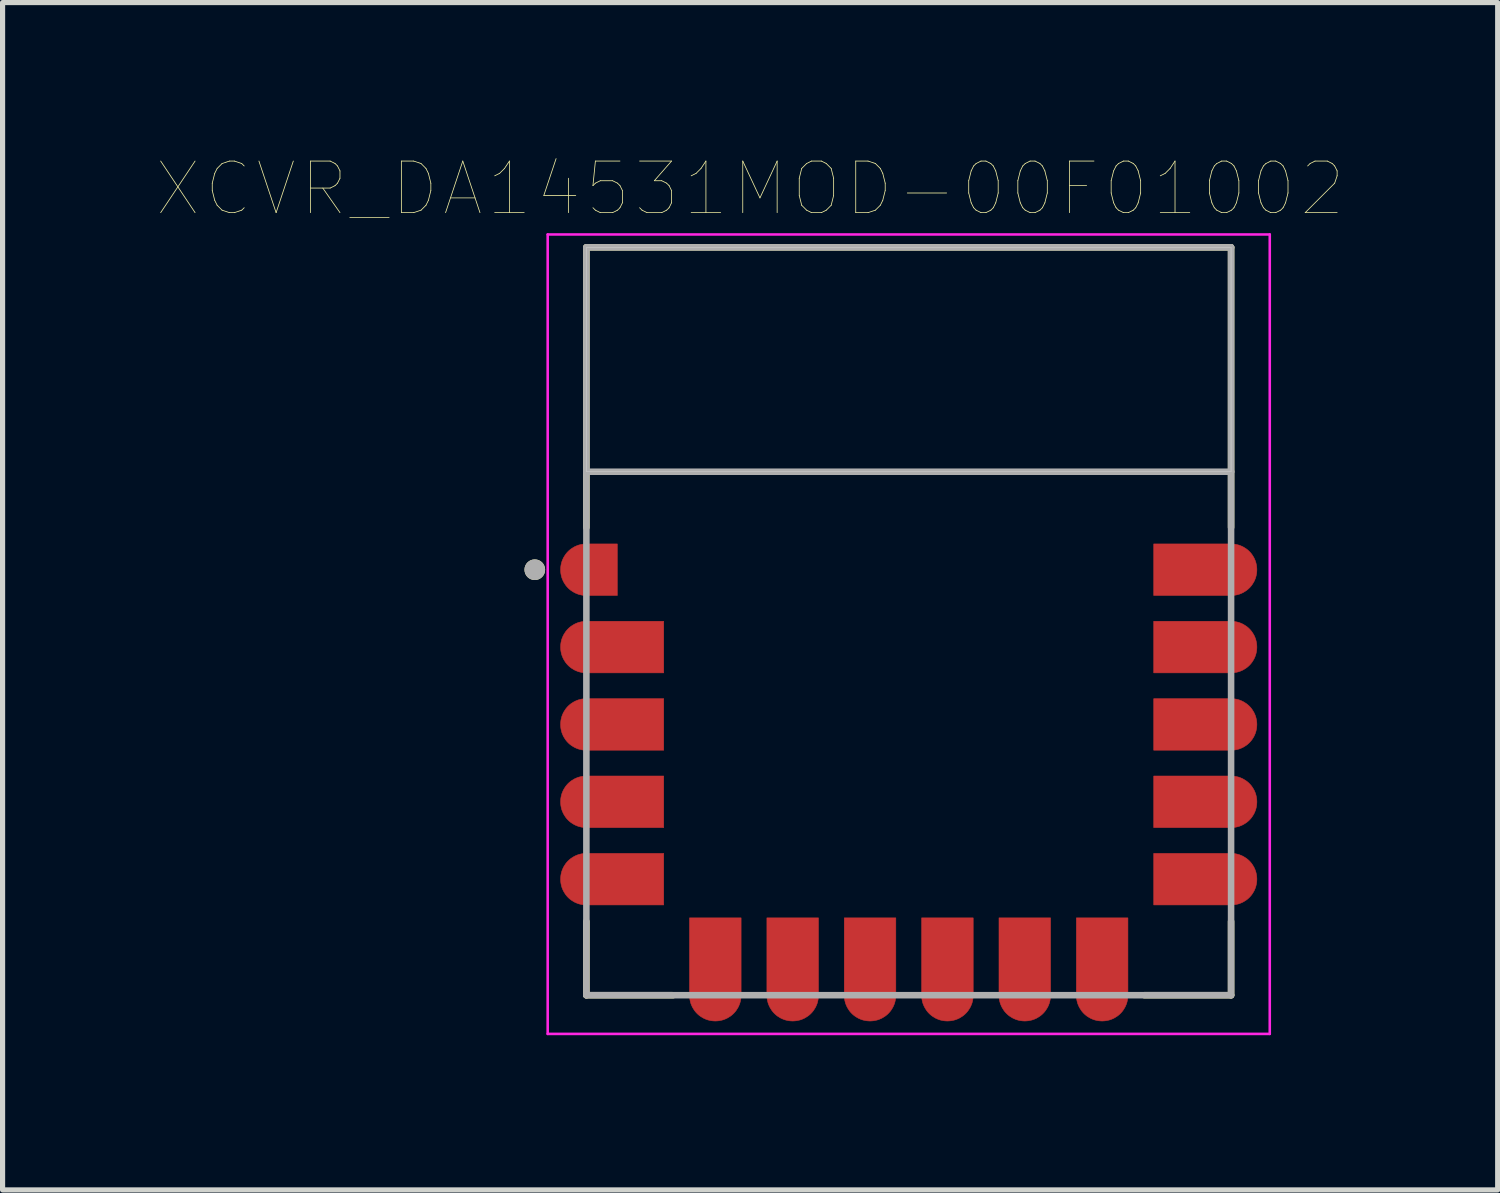
<source format=kicad_pcb>
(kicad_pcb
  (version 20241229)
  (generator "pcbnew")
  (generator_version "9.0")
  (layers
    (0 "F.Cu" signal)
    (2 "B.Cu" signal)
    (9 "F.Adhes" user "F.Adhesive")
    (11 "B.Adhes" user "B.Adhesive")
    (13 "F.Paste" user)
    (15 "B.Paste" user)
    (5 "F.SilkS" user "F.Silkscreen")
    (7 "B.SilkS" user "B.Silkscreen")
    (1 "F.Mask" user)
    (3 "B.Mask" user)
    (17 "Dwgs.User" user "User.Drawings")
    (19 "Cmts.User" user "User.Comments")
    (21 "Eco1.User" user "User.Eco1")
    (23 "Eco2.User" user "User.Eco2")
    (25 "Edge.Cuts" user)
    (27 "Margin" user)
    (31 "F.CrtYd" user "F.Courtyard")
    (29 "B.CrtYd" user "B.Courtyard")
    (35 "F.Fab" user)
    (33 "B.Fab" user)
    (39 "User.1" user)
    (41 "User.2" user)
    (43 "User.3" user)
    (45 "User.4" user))
  (footprint "XCVR_DA14531MOD-00F01002"
    (layer "F.Cu")
    (at 14.569 8.996)
    (property "Reference" "XCVR_DA14531MOD-00F01002" (at -3.075 -8.385 0) (layer "F.SilkS") (effects (font (size 1 1) (thickness 0.015))))
    (attr through_hole)
    (fp_poly (pts (xy -5.65 -1.5) (xy -6.25 -1.5) (xy -6.276 -1.499) (xy -6.302 -1.497) (xy -6.328 -1.494) (xy -6.354 -1.489) (xy -6.379 -1.483) (xy -6.405 -1.476) (xy -6.429 -1.467) (xy -6.453 -1.457) (xy -6.477 -1.446) (xy -6.5 -1.433) (xy -6.522 -1.419) (xy -6.544 -1.405) (xy -6.565 -1.389) (xy -6.585 -1.372) (xy -6.604 -1.354) (xy -6.622 -1.335) (xy -6.639 -1.315) (xy -6.655 -1.294) (xy -6.669 -1.272) (xy -6.683 -1.25) (xy -6.696 -1.227) (xy -6.707 -1.203) (xy -6.717 -1.179) (xy -6.726 -1.155) (xy -6.733 -1.129) (xy -6.739 -1.104) (xy -6.744 -1.078) (xy -6.747 -1.052) (xy -6.749 -1.026) (xy -6.75 -1) (xy -6.749 -0.974) (xy -6.747 -0.948) (xy -6.744 -0.922) (xy -6.739 -0.896) (xy -6.733 -0.871) (xy -6.726 -0.845) (xy -6.717 -0.821) (xy -6.707 -0.797) (xy -6.696 -0.773) (xy -6.683 -0.75) (xy -6.669 -0.728) (xy -6.655 -0.706) (xy -6.639 -0.685) (xy -6.622 -0.665) (xy -6.604 -0.646) (xy -6.585 -0.628) (xy -6.565 -0.611) (xy -6.544 -0.595) (xy -6.522 -0.581) (xy -6.5 -0.567) (xy -6.477 -0.554) (xy -6.453 -0.543) (xy -6.429 -0.533) (xy -6.405 -0.524) (xy -6.379 -0.517) (xy -6.354 -0.511) (xy -6.328 -0.506) (xy -6.302 -0.503) (xy -6.276 -0.501) (xy -6.25 -0.5) (xy -5.65 -0.5) (xy -5.65 -1.5)) (stroke (width 0.01) (type solid)) (fill yes) (layer "F.Cu"))
    (fp_poly (pts (xy -4.75 0) (xy -6.25 0) (xy -6.276 0.001) (xy -6.302 0.003) (xy -6.328 0.006) (xy -6.354 0.011) (xy -6.379 0.017) (xy -6.405 0.024) (xy -6.429 0.033) (xy -6.453 0.043) (xy -6.477 0.054) (xy -6.5 0.067) (xy -6.522 0.081) (xy -6.544 0.095) (xy -6.565 0.111) (xy -6.585 0.128) (xy -6.604 0.146) (xy -6.622 0.165) (xy -6.639 0.185) (xy -6.655 0.206) (xy -6.669 0.228) (xy -6.683 0.25) (xy -6.696 0.273) (xy -6.707 0.297) (xy -6.717 0.321) (xy -6.726 0.345) (xy -6.733 0.371) (xy -6.739 0.396) (xy -6.744 0.422) (xy -6.747 0.448) (xy -6.749 0.474) (xy -6.75 0.5) (xy -6.749 0.526) (xy -6.747 0.552) (xy -6.744 0.578) (xy -6.739 0.604) (xy -6.733 0.629) (xy -6.726 0.655) (xy -6.717 0.679) (xy -6.707 0.703) (xy -6.696 0.727) (xy -6.683 0.75) (xy -6.669 0.772) (xy -6.655 0.794) (xy -6.639 0.815) (xy -6.622 0.835) (xy -6.604 0.854) (xy -6.585 0.872) (xy -6.565 0.889) (xy -6.544 0.905) (xy -6.522 0.919) (xy -6.5 0.933) (xy -6.477 0.946) (xy -6.453 0.957) (xy -6.429 0.967) (xy -6.405 0.976) (xy -6.379 0.983) (xy -6.354 0.989) (xy -6.328 0.994) (xy -6.302 0.997) (xy -6.276 0.999) (xy -6.25 1) (xy -4.75 1) (xy -4.75 0)) (stroke (width 0.01) (type solid)) (fill yes) (layer "F.Cu"))
    (fp_poly (pts (xy -4.75 1.5) (xy -6.25 1.5) (xy -6.276 1.501) (xy -6.302 1.503) (xy -6.328 1.506) (xy -6.354 1.511) (xy -6.379 1.517) (xy -6.405 1.524) (xy -6.429 1.533) (xy -6.453 1.543) (xy -6.477 1.554) (xy -6.5 1.567) (xy -6.522 1.581) (xy -6.544 1.595) (xy -6.565 1.611) (xy -6.585 1.628) (xy -6.604 1.646) (xy -6.622 1.665) (xy -6.639 1.685) (xy -6.655 1.706) (xy -6.669 1.728) (xy -6.683 1.75) (xy -6.696 1.773) (xy -6.707 1.797) (xy -6.717 1.821) (xy -6.726 1.845) (xy -6.733 1.871) (xy -6.739 1.896) (xy -6.744 1.922) (xy -6.747 1.948) (xy -6.749 1.974) (xy -6.75 2) (xy -6.749 2.026) (xy -6.747 2.052) (xy -6.744 2.078) (xy -6.739 2.104) (xy -6.733 2.129) (xy -6.726 2.155) (xy -6.717 2.179) (xy -6.707 2.203) (xy -6.696 2.227) (xy -6.683 2.25) (xy -6.669 2.272) (xy -6.655 2.294) (xy -6.639 2.315) (xy -6.622 2.335) (xy -6.604 2.354) (xy -6.585 2.372) (xy -6.565 2.389) (xy -6.544 2.405) (xy -6.522 2.419) (xy -6.5 2.433) (xy -6.477 2.446) (xy -6.453 2.457) (xy -6.429 2.467) (xy -6.405 2.476) (xy -6.379 2.483) (xy -6.354 2.489) (xy -6.328 2.494) (xy -6.302 2.497) (xy -6.276 2.499) (xy -6.25 2.5) (xy -4.75 2.5) (xy -4.75 1.5)) (stroke (width 0.01) (type solid)) (fill yes) (layer "F.Cu"))
    (fp_poly (pts (xy -4.75 3) (xy -6.25 3) (xy -6.276 3.001) (xy -6.302 3.003) (xy -6.328 3.006) (xy -6.354 3.011) (xy -6.379 3.017) (xy -6.405 3.024) (xy -6.429 3.033) (xy -6.453 3.043) (xy -6.477 3.054) (xy -6.5 3.067) (xy -6.522 3.081) (xy -6.544 3.095) (xy -6.565 3.111) (xy -6.585 3.128) (xy -6.604 3.146) (xy -6.622 3.165) (xy -6.639 3.185) (xy -6.655 3.206) (xy -6.669 3.228) (xy -6.683 3.25) (xy -6.696 3.273) (xy -6.707 3.297) (xy -6.717 3.321) (xy -6.726 3.345) (xy -6.733 3.371) (xy -6.739 3.396) (xy -6.744 3.422) (xy -6.747 3.448) (xy -6.749 3.474) (xy -6.75 3.5) (xy -6.749 3.526) (xy -6.747 3.552) (xy -6.744 3.578) (xy -6.739 3.604) (xy -6.733 3.629) (xy -6.726 3.655) (xy -6.717 3.679) (xy -6.707 3.703) (xy -6.696 3.727) (xy -6.683 3.75) (xy -6.669 3.772) (xy -6.655 3.794) (xy -6.639 3.815) (xy -6.622 3.835) (xy -6.604 3.854) (xy -6.585 3.872) (xy -6.565 3.889) (xy -6.544 3.905) (xy -6.522 3.919) (xy -6.5 3.933) (xy -6.477 3.946) (xy -6.453 3.957) (xy -6.429 3.967) (xy -6.405 3.976) (xy -6.379 3.983) (xy -6.354 3.989) (xy -6.328 3.994) (xy -6.302 3.997) (xy -6.276 3.999) (xy -6.25 4) (xy -4.75 4) (xy -4.75 3)) (stroke (width 0.01) (type solid)) (fill yes) (layer "F.Cu"))
    (fp_poly (pts (xy -4.75 4.5) (xy -6.25 4.5) (xy -6.276 4.501) (xy -6.302 4.503) (xy -6.328 4.506) (xy -6.354 4.511) (xy -6.379 4.517) (xy -6.405 4.524) (xy -6.429 4.533) (xy -6.453 4.543) (xy -6.477 4.554) (xy -6.5 4.567) (xy -6.522 4.581) (xy -6.544 4.595) (xy -6.565 4.611) (xy -6.585 4.628) (xy -6.604 4.646) (xy -6.622 4.665) (xy -6.639 4.685) (xy -6.655 4.706) (xy -6.669 4.728) (xy -6.683 4.75) (xy -6.696 4.773) (xy -6.707 4.797) (xy -6.717 4.821) (xy -6.726 4.845) (xy -6.733 4.871) (xy -6.739 4.896) (xy -6.744 4.922) (xy -6.747 4.948) (xy -6.749 4.974) (xy -6.75 5) (xy -6.749 5.026) (xy -6.747 5.052) (xy -6.744 5.078) (xy -6.739 5.104) (xy -6.733 5.129) (xy -6.726 5.155) (xy -6.717 5.179) (xy -6.707 5.203) (xy -6.696 5.227) (xy -6.683 5.25) (xy -6.669 5.272) (xy -6.655 5.294) (xy -6.639 5.315) (xy -6.622 5.335) (xy -6.604 5.354) (xy -6.585 5.372) (xy -6.565 5.389) (xy -6.544 5.405) (xy -6.522 5.419) (xy -6.5 5.433) (xy -6.477 5.446) (xy -6.453 5.457) (xy -6.429 5.467) (xy -6.405 5.476) (xy -6.379 5.483) (xy -6.354 5.489) (xy -6.328 5.494) (xy -6.302 5.497) (xy -6.276 5.499) (xy -6.25 5.5) (xy -4.75 5.5) (xy -4.75 4.5)) (stroke (width 0.01) (type solid)) (fill yes) (layer "F.Cu"))
    (fp_poly (pts (xy -4.25 5.75) (xy -4.25 7.25) (xy -4.249 7.276) (xy -4.247 7.302) (xy -4.244 7.328) (xy -4.239 7.354) (xy -4.233 7.379) (xy -4.226 7.405) (xy -4.217 7.429) (xy -4.207 7.453) (xy -4.196 7.477) (xy -4.183 7.5) (xy -4.169 7.522) (xy -4.155 7.544) (xy -4.139 7.565) (xy -4.122 7.585) (xy -4.104 7.604) (xy -4.085 7.622) (xy -4.065 7.639) (xy -4.044 7.655) (xy -4.022 7.669) (xy -4 7.683) (xy -3.977 7.696) (xy -3.953 7.707) (xy -3.929 7.717) (xy -3.905 7.726) (xy -3.879 7.733) (xy -3.854 7.739) (xy -3.828 7.744) (xy -3.802 7.747) (xy -3.776 7.749) (xy -3.75 7.75) (xy -3.724 7.749) (xy -3.698 7.747) (xy -3.672 7.744) (xy -3.646 7.739) (xy -3.621 7.733) (xy -3.595 7.726) (xy -3.571 7.717) (xy -3.547 7.707) (xy -3.523 7.696) (xy -3.5 7.683) (xy -3.478 7.669) (xy -3.456 7.655) (xy -3.435 7.639) (xy -3.415 7.622) (xy -3.396 7.604) (xy -3.378 7.585) (xy -3.361 7.565) (xy -3.345 7.544) (xy -3.331 7.522) (xy -3.317 7.5) (xy -3.304 7.477) (xy -3.293 7.453) (xy -3.283 7.429) (xy -3.274 7.405) (xy -3.267 7.379) (xy -3.261 7.354) (xy -3.256 7.328) (xy -3.253 7.302) (xy -3.251 7.276) (xy -3.25 7.25) (xy -3.25 5.75) (xy -4.25 5.75)) (stroke (width 0.01) (type solid)) (fill yes) (layer "F.Cu"))
    (fp_poly (pts (xy -2.75 5.75) (xy -2.75 7.25) (xy -2.749 7.276) (xy -2.747 7.302) (xy -2.744 7.328) (xy -2.739 7.354) (xy -2.733 7.379) (xy -2.726 7.405) (xy -2.717 7.429) (xy -2.707 7.453) (xy -2.696 7.477) (xy -2.683 7.5) (xy -2.669 7.522) (xy -2.655 7.544) (xy -2.639 7.565) (xy -2.622 7.585) (xy -2.604 7.604) (xy -2.585 7.622) (xy -2.565 7.639) (xy -2.544 7.655) (xy -2.522 7.669) (xy -2.5 7.683) (xy -2.477 7.696) (xy -2.453 7.707) (xy -2.429 7.717) (xy -2.405 7.726) (xy -2.379 7.733) (xy -2.354 7.739) (xy -2.328 7.744) (xy -2.302 7.747) (xy -2.276 7.749) (xy -2.25 7.75) (xy -2.224 7.749) (xy -2.198 7.747) (xy -2.172 7.744) (xy -2.146 7.739) (xy -2.121 7.733) (xy -2.095 7.726) (xy -2.071 7.717) (xy -2.047 7.707) (xy -2.023 7.696) (xy -2 7.683) (xy -1.978 7.669) (xy -1.956 7.655) (xy -1.935 7.639) (xy -1.915 7.622) (xy -1.896 7.604) (xy -1.878 7.585) (xy -1.861 7.565) (xy -1.845 7.544) (xy -1.831 7.522) (xy -1.817 7.5) (xy -1.804 7.477) (xy -1.793 7.453) (xy -1.783 7.429) (xy -1.774 7.405) (xy -1.767 7.379) (xy -1.761 7.354) (xy -1.756 7.328) (xy -1.753 7.302) (xy -1.751 7.276) (xy -1.75 7.25) (xy -1.75 5.75) (xy -2.75 5.75)) (stroke (width 0.01) (type solid)) (fill yes) (layer "F.Cu"))
    (fp_poly (pts (xy -1.25 5.75) (xy -1.25 7.25) (xy -1.249 7.276) (xy -1.247 7.302) (xy -1.244 7.328) (xy -1.239 7.354) (xy -1.233 7.379) (xy -1.226 7.405) (xy -1.217 7.429) (xy -1.207 7.453) (xy -1.196 7.477) (xy -1.183 7.5) (xy -1.169 7.522) (xy -1.155 7.544) (xy -1.139 7.565) (xy -1.122 7.585) (xy -1.104 7.604) (xy -1.085 7.622) (xy -1.065 7.639) (xy -1.044 7.655) (xy -1.022 7.669) (xy -1 7.683) (xy -0.977 7.696) (xy -0.953 7.707) (xy -0.929 7.717) (xy -0.905 7.726) (xy -0.879 7.733) (xy -0.854 7.739) (xy -0.828 7.744) (xy -0.802 7.747) (xy -0.776 7.749) (xy -0.75 7.75) (xy -0.724 7.749) (xy -0.698 7.747) (xy -0.672 7.744) (xy -0.646 7.739) (xy -0.621 7.733) (xy -0.595 7.726) (xy -0.571 7.717) (xy -0.547 7.707) (xy -0.523 7.696) (xy -0.5 7.683) (xy -0.478 7.669) (xy -0.456 7.655) (xy -0.435 7.639) (xy -0.415 7.622) (xy -0.396 7.604) (xy -0.378 7.585) (xy -0.361 7.565) (xy -0.345 7.544) (xy -0.331 7.522) (xy -0.317 7.5) (xy -0.304 7.477) (xy -0.293 7.453) (xy -0.283 7.429) (xy -0.274 7.405) (xy -0.267 7.379) (xy -0.261 7.354) (xy -0.256 7.328) (xy -0.253 7.302) (xy -0.251 7.276) (xy -0.25 7.25) (xy -0.25 5.75) (xy -1.25 5.75)) (stroke (width 0.01) (type solid)) (fill yes) (layer "F.Cu"))
    (fp_poly (pts (xy 0.25 5.75) (xy 0.25 7.25) (xy 0.251 7.276) (xy 0.253 7.302) (xy 0.256 7.328) (xy 0.261 7.354) (xy 0.267 7.379) (xy 0.274 7.405) (xy 0.283 7.429) (xy 0.293 7.453) (xy 0.304 7.477) (xy 0.317 7.5) (xy 0.331 7.522) (xy 0.345 7.544) (xy 0.361 7.565) (xy 0.378 7.585) (xy 0.396 7.604) (xy 0.415 7.622) (xy 0.435 7.639) (xy 0.456 7.655) (xy 0.478 7.669) (xy 0.5 7.683) (xy 0.523 7.696) (xy 0.547 7.707) (xy 0.571 7.717) (xy 0.595 7.726) (xy 0.621 7.733) (xy 0.646 7.739) (xy 0.672 7.744) (xy 0.698 7.747) (xy 0.724 7.749) (xy 0.75 7.75) (xy 0.776 7.749) (xy 0.802 7.747) (xy 0.828 7.744) (xy 0.854 7.739) (xy 0.879 7.733) (xy 0.905 7.726) (xy 0.929 7.717) (xy 0.953 7.707) (xy 0.977 7.696) (xy 1 7.683) (xy 1.022 7.669) (xy 1.044 7.655) (xy 1.065 7.639) (xy 1.085 7.622) (xy 1.104 7.604) (xy 1.122 7.585) (xy 1.139 7.565) (xy 1.155 7.544) (xy 1.169 7.522) (xy 1.183 7.5) (xy 1.196 7.477) (xy 1.207 7.453) (xy 1.217 7.429) (xy 1.226 7.405) (xy 1.233 7.379) (xy 1.239 7.354) (xy 1.244 7.328) (xy 1.247 7.302) (xy 1.249 7.276) (xy 1.25 7.25) (xy 1.25 5.75) (xy 0.25 5.75)) (stroke (width 0.01) (type solid)) (fill yes) (layer "F.Cu"))
    (fp_poly (pts (xy 1.75 5.75) (xy 1.75 7.25) (xy 1.751 7.276) (xy 1.753 7.302) (xy 1.756 7.328) (xy 1.761 7.354) (xy 1.767 7.379) (xy 1.774 7.405) (xy 1.783 7.429) (xy 1.793 7.453) (xy 1.804 7.477) (xy 1.817 7.5) (xy 1.831 7.522) (xy 1.845 7.544) (xy 1.861 7.565) (xy 1.878 7.585) (xy 1.896 7.604) (xy 1.915 7.622) (xy 1.935 7.639) (xy 1.956 7.655) (xy 1.978 7.669) (xy 2 7.683) (xy 2.023 7.696) (xy 2.047 7.707) (xy 2.071 7.717) (xy 2.095 7.726) (xy 2.121 7.733) (xy 2.146 7.739) (xy 2.172 7.744) (xy 2.198 7.747) (xy 2.224 7.749) (xy 2.25 7.75) (xy 2.276 7.749) (xy 2.302 7.747) (xy 2.328 7.744) (xy 2.354 7.739) (xy 2.379 7.733) (xy 2.405 7.726) (xy 2.429 7.717) (xy 2.453 7.707) (xy 2.477 7.696) (xy 2.5 7.683) (xy 2.522 7.669) (xy 2.544 7.655) (xy 2.565 7.639) (xy 2.585 7.622) (xy 2.604 7.604) (xy 2.622 7.585) (xy 2.639 7.565) (xy 2.655 7.544) (xy 2.669 7.522) (xy 2.683 7.5) (xy 2.696 7.477) (xy 2.707 7.453) (xy 2.717 7.429) (xy 2.726 7.405) (xy 2.733 7.379) (xy 2.739 7.354) (xy 2.744 7.328) (xy 2.747 7.302) (xy 2.749 7.276) (xy 2.75 7.25) (xy 2.75 5.75) (xy 1.75 5.75)) (stroke (width 0.01) (type solid)) (fill yes) (layer "F.Cu"))
    (fp_poly (pts (xy 3.25 5.75) (xy 3.25 7.25) (xy 3.251 7.276) (xy 3.253 7.302) (xy 3.256 7.328) (xy 3.261 7.354) (xy 3.267 7.379) (xy 3.274 7.405) (xy 3.283 7.429) (xy 3.293 7.453) (xy 3.304 7.477) (xy 3.317 7.5) (xy 3.331 7.522) (xy 3.345 7.544) (xy 3.361 7.565) (xy 3.378 7.585) (xy 3.396 7.604) (xy 3.415 7.622) (xy 3.435 7.639) (xy 3.456 7.655) (xy 3.478 7.669) (xy 3.5 7.683) (xy 3.523 7.696) (xy 3.547 7.707) (xy 3.571 7.717) (xy 3.595 7.726) (xy 3.621 7.733) (xy 3.646 7.739) (xy 3.672 7.744) (xy 3.698 7.747) (xy 3.724 7.749) (xy 3.75 7.75) (xy 3.776 7.749) (xy 3.802 7.747) (xy 3.828 7.744) (xy 3.854 7.739) (xy 3.879 7.733) (xy 3.905 7.726) (xy 3.929 7.717) (xy 3.953 7.707) (xy 3.977 7.696) (xy 4 7.683) (xy 4.022 7.669) (xy 4.044 7.655) (xy 4.065 7.639) (xy 4.085 7.622) (xy 4.104 7.604) (xy 4.122 7.585) (xy 4.139 7.565) (xy 4.155 7.544) (xy 4.169 7.522) (xy 4.183 7.5) (xy 4.196 7.477) (xy 4.207 7.453) (xy 4.217 7.429) (xy 4.226 7.405) (xy 4.233 7.379) (xy 4.239 7.354) (xy 4.244 7.328) (xy 4.247 7.302) (xy 4.249 7.276) (xy 4.25 7.25) (xy 4.25 5.75) (xy 3.25 5.75)) (stroke (width 0.01) (type solid)) (fill yes) (layer "F.Cu"))
    (fp_poly (pts (xy 4.75 -0.5) (xy 6.25 -0.5) (xy 6.276 -0.501) (xy 6.302 -0.503) (xy 6.328 -0.506) (xy 6.354 -0.511) (xy 6.379 -0.517) (xy 6.405 -0.524) (xy 6.429 -0.533) (xy 6.453 -0.543) (xy 6.477 -0.554) (xy 6.5 -0.567) (xy 6.522 -0.581) (xy 6.544 -0.595) (xy 6.565 -0.611) (xy 6.585 -0.628) (xy 6.604 -0.646) (xy 6.622 -0.665) (xy 6.639 -0.685) (xy 6.655 -0.706) (xy 6.669 -0.728) (xy 6.683 -0.75) (xy 6.696 -0.773) (xy 6.707 -0.797) (xy 6.717 -0.821) (xy 6.726 -0.845) (xy 6.733 -0.871) (xy 6.739 -0.896) (xy 6.744 -0.922) (xy 6.747 -0.948) (xy 6.749 -0.974) (xy 6.75 -1) (xy 6.749 -1.026) (xy 6.747 -1.052) (xy 6.744 -1.078) (xy 6.739 -1.104) (xy 6.733 -1.129) (xy 6.726 -1.155) (xy 6.717 -1.179) (xy 6.707 -1.203) (xy 6.696 -1.227) (xy 6.683 -1.25) (xy 6.669 -1.272) (xy 6.655 -1.294) (xy 6.639 -1.315) (xy 6.622 -1.335) (xy 6.604 -1.354) (xy 6.585 -1.372) (xy 6.565 -1.389) (xy 6.544 -1.405) (xy 6.522 -1.419) (xy 6.5 -1.433) (xy 6.477 -1.446) (xy 6.453 -1.457) (xy 6.429 -1.467) (xy 6.405 -1.476) (xy 6.379 -1.483) (xy 6.354 -1.489) (xy 6.328 -1.494) (xy 6.302 -1.497) (xy 6.276 -1.499) (xy 6.25 -1.5) (xy 4.75 -1.5) (xy 4.75 -0.5)) (stroke (width 0.01) (type solid)) (fill yes) (layer "F.Cu"))
    (fp_poly (pts (xy 4.75 1) (xy 6.25 1) (xy 6.276 0.999) (xy 6.302 0.997) (xy 6.328 0.994) (xy 6.354 0.989) (xy 6.379 0.983) (xy 6.405 0.976) (xy 6.429 0.967) (xy 6.453 0.957) (xy 6.477 0.946) (xy 6.5 0.933) (xy 6.522 0.919) (xy 6.544 0.905) (xy 6.565 0.889) (xy 6.585 0.872) (xy 6.604 0.854) (xy 6.622 0.835) (xy 6.639 0.815) (xy 6.655 0.794) (xy 6.669 0.772) (xy 6.683 0.75) (xy 6.696 0.727) (xy 6.707 0.703) (xy 6.717 0.679) (xy 6.726 0.655) (xy 6.733 0.629) (xy 6.739 0.604) (xy 6.744 0.578) (xy 6.747 0.552) (xy 6.749 0.526) (xy 6.75 0.5) (xy 6.749 0.474) (xy 6.747 0.448) (xy 6.744 0.422) (xy 6.739 0.396) (xy 6.733 0.371) (xy 6.726 0.345) (xy 6.717 0.321) (xy 6.707 0.297) (xy 6.696 0.273) (xy 6.683 0.25) (xy 6.669 0.228) (xy 6.655 0.206) (xy 6.639 0.185) (xy 6.622 0.165) (xy 6.604 0.146) (xy 6.585 0.128) (xy 6.565 0.111) (xy 6.544 0.095) (xy 6.522 0.081) (xy 6.5 0.067) (xy 6.477 0.054) (xy 6.453 0.043) (xy 6.429 0.033) (xy 6.405 0.024) (xy 6.379 0.017) (xy 6.354 0.011) (xy 6.328 0.006) (xy 6.302 0.003) (xy 6.276 0.001) (xy 6.25 0) (xy 4.75 0) (xy 4.75 1)) (stroke (width 0.01) (type solid)) (fill yes) (layer "F.Cu"))
    (fp_poly (pts (xy 4.75 2.5) (xy 6.25 2.5) (xy 6.276 2.499) (xy 6.302 2.497) (xy 6.328 2.494) (xy 6.354 2.489) (xy 6.379 2.483) (xy 6.405 2.476) (xy 6.429 2.467) (xy 6.453 2.457) (xy 6.477 2.446) (xy 6.5 2.433) (xy 6.522 2.419) (xy 6.544 2.405) (xy 6.565 2.389) (xy 6.585 2.372) (xy 6.604 2.354) (xy 6.622 2.335) (xy 6.639 2.315) (xy 6.655 2.294) (xy 6.669 2.272) (xy 6.683 2.25) (xy 6.696 2.227) (xy 6.707 2.203) (xy 6.717 2.179) (xy 6.726 2.155) (xy 6.733 2.129) (xy 6.739 2.104) (xy 6.744 2.078) (xy 6.747 2.052) (xy 6.749 2.026) (xy 6.75 2) (xy 6.749 1.974) (xy 6.747 1.948) (xy 6.744 1.922) (xy 6.739 1.896) (xy 6.733 1.871) (xy 6.726 1.845) (xy 6.717 1.821) (xy 6.707 1.797) (xy 6.696 1.773) (xy 6.683 1.75) (xy 6.669 1.728) (xy 6.655 1.706) (xy 6.639 1.685) (xy 6.622 1.665) (xy 6.604 1.646) (xy 6.585 1.628) (xy 6.565 1.611) (xy 6.544 1.595) (xy 6.522 1.581) (xy 6.5 1.567) (xy 6.477 1.554) (xy 6.453 1.543) (xy 6.429 1.533) (xy 6.405 1.524) (xy 6.379 1.517) (xy 6.354 1.511) (xy 6.328 1.506) (xy 6.302 1.503) (xy 6.276 1.501) (xy 6.25 1.5) (xy 4.75 1.5) (xy 4.75 2.5)) (stroke (width 0.01) (type solid)) (fill yes) (layer "F.Cu"))
    (fp_poly (pts (xy 4.75 4) (xy 6.25 4) (xy 6.276 3.999) (xy 6.302 3.997) (xy 6.328 3.994) (xy 6.354 3.989) (xy 6.379 3.983) (xy 6.405 3.976) (xy 6.429 3.967) (xy 6.453 3.957) (xy 6.477 3.946) (xy 6.5 3.933) (xy 6.522 3.919) (xy 6.544 3.905) (xy 6.565 3.889) (xy 6.585 3.872) (xy 6.604 3.854) (xy 6.622 3.835) (xy 6.639 3.815) (xy 6.655 3.794) (xy 6.669 3.772) (xy 6.683 3.75) (xy 6.696 3.727) (xy 6.707 3.703) (xy 6.717 3.679) (xy 6.726 3.655) (xy 6.733 3.629) (xy 6.739 3.604) (xy 6.744 3.578) (xy 6.747 3.552) (xy 6.749 3.526) (xy 6.75 3.5) (xy 6.749 3.474) (xy 6.747 3.448) (xy 6.744 3.422) (xy 6.739 3.396) (xy 6.733 3.371) (xy 6.726 3.345) (xy 6.717 3.321) (xy 6.707 3.297) (xy 6.696 3.273) (xy 6.683 3.25) (xy 6.669 3.228) (xy 6.655 3.206) (xy 6.639 3.185) (xy 6.622 3.165) (xy 6.604 3.146) (xy 6.585 3.128) (xy 6.565 3.111) (xy 6.544 3.095) (xy 6.522 3.081) (xy 6.5 3.067) (xy 6.477 3.054) (xy 6.453 3.043) (xy 6.429 3.033) (xy 6.405 3.024) (xy 6.379 3.017) (xy 6.354 3.011) (xy 6.328 3.006) (xy 6.302 3.003) (xy 6.276 3.001) (xy 6.25 3) (xy 4.75 3) (xy 4.75 4)) (stroke (width 0.01) (type solid)) (fill yes) (layer "F.Cu"))
    (fp_poly (pts (xy 4.75 5.5) (xy 6.25 5.5) (xy 6.276 5.499) (xy 6.302 5.497) (xy 6.328 5.494) (xy 6.354 5.489) (xy 6.379 5.483) (xy 6.405 5.476) (xy 6.429 5.467) (xy 6.453 5.457) (xy 6.477 5.446) (xy 6.5 5.433) (xy 6.522 5.419) (xy 6.544 5.405) (xy 6.565 5.389) (xy 6.585 5.372) (xy 6.604 5.354) (xy 6.622 5.335) (xy 6.639 5.315) (xy 6.655 5.294) (xy 6.669 5.272) (xy 6.683 5.25) (xy 6.696 5.227) (xy 6.707 5.203) (xy 6.717 5.179) (xy 6.726 5.155) (xy 6.733 5.129) (xy 6.739 5.104) (xy 6.744 5.078) (xy 6.747 5.052) (xy 6.749 5.026) (xy 6.75 5) (xy 6.749 4.974) (xy 6.747 4.948) (xy 6.744 4.922) (xy 6.739 4.896) (xy 6.733 4.871) (xy 6.726 4.845) (xy 6.717 4.821) (xy 6.707 4.797) (xy 6.696 4.773) (xy 6.683 4.75) (xy 6.669 4.728) (xy 6.655 4.706) (xy 6.639 4.685) (xy 6.622 4.665) (xy 6.604 4.646) (xy 6.585 4.628) (xy 6.565 4.611) (xy 6.544 4.595) (xy 6.522 4.581) (xy 6.5 4.567) (xy 6.477 4.554) (xy 6.453 4.543) (xy 6.429 4.533) (xy 6.405 4.524) (xy 6.379 4.517) (xy 6.354 4.511) (xy 6.328 4.506) (xy 6.302 4.503) (xy 6.276 4.501) (xy 6.25 4.5) (xy 4.75 4.5) (xy 4.75 5.5)) (stroke (width 0.01) (type solid)) (fill yes) (layer "F.Cu"))
    (fp_poly (pts (xy -6.85 -1.6) (xy -6.85 -0.4) (xy -5.55 -0.4) (xy -5.55 -1.6)) (stroke (width 0.01) (type solid)) (fill yes) (layer "F.Mask"))
    (fp_poly (pts (xy -6.85 -0.1) (xy -6.85 1.1) (xy -4.65 1.1) (xy -4.65 -0.1)) (stroke (width 0.01) (type solid)) (fill yes) (layer "F.Mask"))
    (fp_poly (pts (xy -6.85 1.4) (xy -6.85 2.6) (xy -4.65 2.6) (xy -4.65 1.4)) (stroke (width 0.01) (type solid)) (fill yes) (layer "F.Mask"))
    (fp_poly (pts (xy -6.85 2.9) (xy -6.85 4.1) (xy -4.65 4.1) (xy -4.65 2.9)) (stroke (width 0.01) (type solid)) (fill yes) (layer "F.Mask"))
    (fp_poly (pts (xy -6.85 4.4) (xy -6.85 5.6) (xy -4.65 5.6) (xy -4.65 4.4)) (stroke (width 0.01) (type solid)) (fill yes) (layer "F.Mask"))
    (fp_poly (pts (xy -4.35 7.85) (xy -3.15 7.85) (xy -3.15 5.65) (xy -4.35 5.65)) (stroke (width 0.01) (type solid)) (fill yes) (layer "F.Mask"))
    (fp_poly (pts (xy -2.85 7.85) (xy -1.65 7.85) (xy -1.65 5.65) (xy -2.85 5.65)) (stroke (width 0.01) (type solid)) (fill yes) (layer "F.Mask"))
    (fp_poly (pts (xy -1.35 7.85) (xy -0.15 7.85) (xy -0.15 5.65) (xy -1.35 5.65)) (stroke (width 0.01) (type solid)) (fill yes) (layer "F.Mask"))
    (fp_poly (pts (xy 0.15 7.85) (xy 1.35 7.85) (xy 1.35 5.65) (xy 0.15 5.65)) (stroke (width 0.01) (type solid)) (fill yes) (layer "F.Mask"))
    (fp_poly (pts (xy 1.65 7.85) (xy 2.85 7.85) (xy 2.85 5.65) (xy 1.65 5.65)) (stroke (width 0.01) (type solid)) (fill yes) (layer "F.Mask"))
    (fp_poly (pts (xy 3.15 7.85) (xy 4.35 7.85) (xy 4.35 5.65) (xy 3.15 5.65)) (stroke (width 0.01) (type solid)) (fill yes) (layer "F.Mask"))
    (fp_poly (pts (xy 4.65 -1.6) (xy 4.65 -0.4) (xy 6.85 -0.4) (xy 6.85 -1.6)) (stroke (width 0.01) (type solid)) (fill yes) (layer "F.Mask"))
    (fp_poly (pts (xy 4.65 -0.1) (xy 4.65 1.1) (xy 6.85 1.1) (xy 6.85 -0.1)) (stroke (width 0.01) (type solid)) (fill yes) (layer "F.Mask"))
    (fp_poly (pts (xy 4.65 1.4) (xy 4.65 2.6) (xy 6.85 2.6) (xy 6.85 1.4)) (stroke (width 0.01) (type solid)) (fill yes) (layer "F.Mask"))
    (fp_poly (pts (xy 4.65 2.9) (xy 4.65 4.1) (xy 6.85 4.1) (xy 6.85 2.9)) (stroke (width 0.01) (type solid)) (fill yes) (layer "F.Mask"))
    (fp_poly (pts (xy 4.65 4.4) (xy 4.65 5.6) (xy 6.85 5.6) (xy 6.85 4.4)) (stroke (width 0.01) (type solid)) (fill yes) (layer "F.Mask"))
    (fp_line (start -6.25 -7.25) (end 6.25 -7.25) (stroke (width 0.127) (type solid)) (layer "F.SilkS"))
    (fp_line (start -6.25 -1.82) (end -6.25 -7.25) (stroke (width 0.127) (type solid)) (layer "F.SilkS"))
    (fp_line (start -6.25 7.25) (end -6.25 5.82) (stroke (width 0.127) (type solid)) (layer "F.SilkS"))
    (fp_line (start -4.57 7.25) (end -6.25 7.25) (stroke (width 0.127) (type solid)) (layer "F.SilkS"))
    (fp_line (start 6.25 -7.25) (end 6.25 -1.82) (stroke (width 0.127) (type solid)) (layer "F.SilkS"))
    (fp_line (start 6.25 5.82) (end 6.25 7.25) (stroke (width 0.127) (type solid)) (layer "F.SilkS"))
    (fp_line (start 6.25 7.25) (end 4.57 7.25) (stroke (width 0.127) (type solid)) (layer "F.SilkS"))
    (fp_circle (center -7.25 -1) (end -7.15 -1) (stroke (width 0.2) (type solid)) (fill no) (layer "F.SilkS"))
    (fp_poly (pts (xy -5.65 -1.5) (xy -6.25 -1.5) (xy -6.276 -1.499) (xy -6.302 -1.497) (xy -6.328 -1.494) (xy -6.354 -1.489) (xy -6.379 -1.483) (xy -6.405 -1.476) (xy -6.429 -1.467) (xy -6.453 -1.457) (xy -6.477 -1.446) (xy -6.5 -1.433) (xy -6.522 -1.419) (xy -6.544 -1.405) (xy -6.565 -1.389) (xy -6.585 -1.372) (xy -6.604 -1.354) (xy -6.622 -1.335) (xy -6.639 -1.315) (xy -6.655 -1.294) (xy -6.669 -1.272) (xy -6.683 -1.25) (xy -6.696 -1.227) (xy -6.707 -1.203) (xy -6.717 -1.179) (xy -6.726 -1.155) (xy -6.733 -1.129) (xy -6.739 -1.104) (xy -6.744 -1.078) (xy -6.747 -1.052) (xy -6.749 -1.026) (xy -6.75 -1) (xy -6.749 -0.974) (xy -6.747 -0.948) (xy -6.744 -0.922) (xy -6.739 -0.896) (xy -6.733 -0.871) (xy -6.726 -0.845) (xy -6.717 -0.821) (xy -6.707 -0.797) (xy -6.696 -0.773) (xy -6.683 -0.75) (xy -6.669 -0.728) (xy -6.655 -0.706) (xy -6.639 -0.685) (xy -6.622 -0.665) (xy -6.604 -0.646) (xy -6.585 -0.628) (xy -6.565 -0.611) (xy -6.544 -0.595) (xy -6.522 -0.581) (xy -6.5 -0.567) (xy -6.477 -0.554) (xy -6.453 -0.543) (xy -6.429 -0.533) (xy -6.405 -0.524) (xy -6.379 -0.517) (xy -6.354 -0.511) (xy -6.328 -0.506) (xy -6.302 -0.503) (xy -6.276 -0.501) (xy -6.25 -0.5) (xy -5.65 -0.5) (xy -5.65 -1.5)) (stroke (width 0.01) (type solid)) (fill yes) (layer "F.Paste"))
    (fp_poly (pts (xy -4.75 0) (xy -6.25 0) (xy -6.276 0.001) (xy -6.302 0.003) (xy -6.328 0.006) (xy -6.354 0.011) (xy -6.379 0.017) (xy -6.405 0.024) (xy -6.429 0.033) (xy -6.453 0.043) (xy -6.477 0.054) (xy -6.5 0.067) (xy -6.522 0.081) (xy -6.544 0.095) (xy -6.565 0.111) (xy -6.585 0.128) (xy -6.604 0.146) (xy -6.622 0.165) (xy -6.639 0.185) (xy -6.655 0.206) (xy -6.669 0.228) (xy -6.683 0.25) (xy -6.696 0.273) (xy -6.707 0.297) (xy -6.717 0.321) (xy -6.726 0.345) (xy -6.733 0.371) (xy -6.739 0.396) (xy -6.744 0.422) (xy -6.747 0.448) (xy -6.749 0.474) (xy -6.75 0.5) (xy -6.749 0.526) (xy -6.747 0.552) (xy -6.744 0.578) (xy -6.739 0.604) (xy -6.733 0.629) (xy -6.726 0.655) (xy -6.717 0.679) (xy -6.707 0.703) (xy -6.696 0.727) (xy -6.683 0.75) (xy -6.669 0.772) (xy -6.655 0.794) (xy -6.639 0.815) (xy -6.622 0.835) (xy -6.604 0.854) (xy -6.585 0.872) (xy -6.565 0.889) (xy -6.544 0.905) (xy -6.522 0.919) (xy -6.5 0.933) (xy -6.477 0.946) (xy -6.453 0.957) (xy -6.429 0.967) (xy -6.405 0.976) (xy -6.379 0.983) (xy -6.354 0.989) (xy -6.328 0.994) (xy -6.302 0.997) (xy -6.276 0.999) (xy -6.25 1) (xy -4.75 1) (xy -4.75 0)) (stroke (width 0.01) (type solid)) (fill yes) (layer "F.Paste"))
    (fp_poly (pts (xy -4.75 1.5) (xy -6.25 1.5) (xy -6.276 1.501) (xy -6.302 1.503) (xy -6.328 1.506) (xy -6.354 1.511) (xy -6.379 1.517) (xy -6.405 1.524) (xy -6.429 1.533) (xy -6.453 1.543) (xy -6.477 1.554) (xy -6.5 1.567) (xy -6.522 1.581) (xy -6.544 1.595) (xy -6.565 1.611) (xy -6.585 1.628) (xy -6.604 1.646) (xy -6.622 1.665) (xy -6.639 1.685) (xy -6.655 1.706) (xy -6.669 1.728) (xy -6.683 1.75) (xy -6.696 1.773) (xy -6.707 1.797) (xy -6.717 1.821) (xy -6.726 1.845) (xy -6.733 1.871) (xy -6.739 1.896) (xy -6.744 1.922) (xy -6.747 1.948) (xy -6.749 1.974) (xy -6.75 2) (xy -6.749 2.026) (xy -6.747 2.052) (xy -6.744 2.078) (xy -6.739 2.104) (xy -6.733 2.129) (xy -6.726 2.155) (xy -6.717 2.179) (xy -6.707 2.203) (xy -6.696 2.227) (xy -6.683 2.25) (xy -6.669 2.272) (xy -6.655 2.294) (xy -6.639 2.315) (xy -6.622 2.335) (xy -6.604 2.354) (xy -6.585 2.372) (xy -6.565 2.389) (xy -6.544 2.405) (xy -6.522 2.419) (xy -6.5 2.433) (xy -6.477 2.446) (xy -6.453 2.457) (xy -6.429 2.467) (xy -6.405 2.476) (xy -6.379 2.483) (xy -6.354 2.489) (xy -6.328 2.494) (xy -6.302 2.497) (xy -6.276 2.499) (xy -6.25 2.5) (xy -4.75 2.5) (xy -4.75 1.5)) (stroke (width 0.01) (type solid)) (fill yes) (layer "F.Paste"))
    (fp_poly (pts (xy -4.75 3) (xy -6.25 3) (xy -6.276 3.001) (xy -6.302 3.003) (xy -6.328 3.006) (xy -6.354 3.011) (xy -6.379 3.017) (xy -6.405 3.024) (xy -6.429 3.033) (xy -6.453 3.043) (xy -6.477 3.054) (xy -6.5 3.067) (xy -6.522 3.081) (xy -6.544 3.095) (xy -6.565 3.111) (xy -6.585 3.128) (xy -6.604 3.146) (xy -6.622 3.165) (xy -6.639 3.185) (xy -6.655 3.206) (xy -6.669 3.228) (xy -6.683 3.25) (xy -6.696 3.273) (xy -6.707 3.297) (xy -6.717 3.321) (xy -6.726 3.345) (xy -6.733 3.371) (xy -6.739 3.396) (xy -6.744 3.422) (xy -6.747 3.448) (xy -6.749 3.474) (xy -6.75 3.5) (xy -6.749 3.526) (xy -6.747 3.552) (xy -6.744 3.578) (xy -6.739 3.604) (xy -6.733 3.629) (xy -6.726 3.655) (xy -6.717 3.679) (xy -6.707 3.703) (xy -6.696 3.727) (xy -6.683 3.75) (xy -6.669 3.772) (xy -6.655 3.794) (xy -6.639 3.815) (xy -6.622 3.835) (xy -6.604 3.854) (xy -6.585 3.872) (xy -6.565 3.889) (xy -6.544 3.905) (xy -6.522 3.919) (xy -6.5 3.933) (xy -6.477 3.946) (xy -6.453 3.957) (xy -6.429 3.967) (xy -6.405 3.976) (xy -6.379 3.983) (xy -6.354 3.989) (xy -6.328 3.994) (xy -6.302 3.997) (xy -6.276 3.999) (xy -6.25 4) (xy -4.75 4) (xy -4.75 3)) (stroke (width 0.01) (type solid)) (fill yes) (layer "F.Paste"))
    (fp_poly (pts (xy -4.75 4.5) (xy -6.25 4.5) (xy -6.276 4.501) (xy -6.302 4.503) (xy -6.328 4.506) (xy -6.354 4.511) (xy -6.379 4.517) (xy -6.405 4.524) (xy -6.429 4.533) (xy -6.453 4.543) (xy -6.477 4.554) (xy -6.5 4.567) (xy -6.522 4.581) (xy -6.544 4.595) (xy -6.565 4.611) (xy -6.585 4.628) (xy -6.604 4.646) (xy -6.622 4.665) (xy -6.639 4.685) (xy -6.655 4.706) (xy -6.669 4.728) (xy -6.683 4.75) (xy -6.696 4.773) (xy -6.707 4.797) (xy -6.717 4.821) (xy -6.726 4.845) (xy -6.733 4.871) (xy -6.739 4.896) (xy -6.744 4.922) (xy -6.747 4.948) (xy -6.749 4.974) (xy -6.75 5) (xy -6.749 5.026) (xy -6.747 5.052) (xy -6.744 5.078) (xy -6.739 5.104) (xy -6.733 5.129) (xy -6.726 5.155) (xy -6.717 5.179) (xy -6.707 5.203) (xy -6.696 5.227) (xy -6.683 5.25) (xy -6.669 5.272) (xy -6.655 5.294) (xy -6.639 5.315) (xy -6.622 5.335) (xy -6.604 5.354) (xy -6.585 5.372) (xy -6.565 5.389) (xy -6.544 5.405) (xy -6.522 5.419) (xy -6.5 5.433) (xy -6.477 5.446) (xy -6.453 5.457) (xy -6.429 5.467) (xy -6.405 5.476) (xy -6.379 5.483) (xy -6.354 5.489) (xy -6.328 5.494) (xy -6.302 5.497) (xy -6.276 5.499) (xy -6.25 5.5) (xy -4.75 5.5) (xy -4.75 4.5)) (stroke (width 0.01) (type solid)) (fill yes) (layer "F.Paste"))
    (fp_poly (pts (xy -4.25 5.75) (xy -4.25 7.25) (xy -4.249 7.276) (xy -4.247 7.302) (xy -4.244 7.328) (xy -4.239 7.354) (xy -4.233 7.379) (xy -4.226 7.405) (xy -4.217 7.429) (xy -4.207 7.453) (xy -4.196 7.477) (xy -4.183 7.5) (xy -4.169 7.522) (xy -4.155 7.544) (xy -4.139 7.565) (xy -4.122 7.585) (xy -4.104 7.604) (xy -4.085 7.622) (xy -4.065 7.639) (xy -4.044 7.655) (xy -4.022 7.669) (xy -4 7.683) (xy -3.977 7.696) (xy -3.953 7.707) (xy -3.929 7.717) (xy -3.905 7.726) (xy -3.879 7.733) (xy -3.854 7.739) (xy -3.828 7.744) (xy -3.802 7.747) (xy -3.776 7.749) (xy -3.75 7.75) (xy -3.724 7.749) (xy -3.698 7.747) (xy -3.672 7.744) (xy -3.646 7.739) (xy -3.621 7.733) (xy -3.595 7.726) (xy -3.571 7.717) (xy -3.547 7.707) (xy -3.523 7.696) (xy -3.5 7.683) (xy -3.478 7.669) (xy -3.456 7.655) (xy -3.435 7.639) (xy -3.415 7.622) (xy -3.396 7.604) (xy -3.378 7.585) (xy -3.361 7.565) (xy -3.345 7.544) (xy -3.331 7.522) (xy -3.317 7.5) (xy -3.304 7.477) (xy -3.293 7.453) (xy -3.283 7.429) (xy -3.274 7.405) (xy -3.267 7.379) (xy -3.261 7.354) (xy -3.256 7.328) (xy -3.253 7.302) (xy -3.251 7.276) (xy -3.25 7.25) (xy -3.25 5.75) (xy -4.25 5.75)) (stroke (width 0.01) (type solid)) (fill yes) (layer "F.Paste"))
    (fp_poly (pts (xy -2.75 5.75) (xy -2.75 7.25) (xy -2.749 7.276) (xy -2.747 7.302) (xy -2.744 7.328) (xy -2.739 7.354) (xy -2.733 7.379) (xy -2.726 7.405) (xy -2.717 7.429) (xy -2.707 7.453) (xy -2.696 7.477) (xy -2.683 7.5) (xy -2.669 7.522) (xy -2.655 7.544) (xy -2.639 7.565) (xy -2.622 7.585) (xy -2.604 7.604) (xy -2.585 7.622) (xy -2.565 7.639) (xy -2.544 7.655) (xy -2.522 7.669) (xy -2.5 7.683) (xy -2.477 7.696) (xy -2.453 7.707) (xy -2.429 7.717) (xy -2.405 7.726) (xy -2.379 7.733) (xy -2.354 7.739) (xy -2.328 7.744) (xy -2.302 7.747) (xy -2.276 7.749) (xy -2.25 7.75) (xy -2.224 7.749) (xy -2.198 7.747) (xy -2.172 7.744) (xy -2.146 7.739) (xy -2.121 7.733) (xy -2.095 7.726) (xy -2.071 7.717) (xy -2.047 7.707) (xy -2.023 7.696) (xy -2 7.683) (xy -1.978 7.669) (xy -1.956 7.655) (xy -1.935 7.639) (xy -1.915 7.622) (xy -1.896 7.604) (xy -1.878 7.585) (xy -1.861 7.565) (xy -1.845 7.544) (xy -1.831 7.522) (xy -1.817 7.5) (xy -1.804 7.477) (xy -1.793 7.453) (xy -1.783 7.429) (xy -1.774 7.405) (xy -1.767 7.379) (xy -1.761 7.354) (xy -1.756 7.328) (xy -1.753 7.302) (xy -1.751 7.276) (xy -1.75 7.25) (xy -1.75 5.75) (xy -2.75 5.75)) (stroke (width 0.01) (type solid)) (fill yes) (layer "F.Paste"))
    (fp_poly (pts (xy -1.25 5.75) (xy -1.25 7.25) (xy -1.249 7.276) (xy -1.247 7.302) (xy -1.244 7.328) (xy -1.239 7.354) (xy -1.233 7.379) (xy -1.226 7.405) (xy -1.217 7.429) (xy -1.207 7.453) (xy -1.196 7.477) (xy -1.183 7.5) (xy -1.169 7.522) (xy -1.155 7.544) (xy -1.139 7.565) (xy -1.122 7.585) (xy -1.104 7.604) (xy -1.085 7.622) (xy -1.065 7.639) (xy -1.044 7.655) (xy -1.022 7.669) (xy -1 7.683) (xy -0.977 7.696) (xy -0.953 7.707) (xy -0.929 7.717) (xy -0.905 7.726) (xy -0.879 7.733) (xy -0.854 7.739) (xy -0.828 7.744) (xy -0.802 7.747) (xy -0.776 7.749) (xy -0.75 7.75) (xy -0.724 7.749) (xy -0.698 7.747) (xy -0.672 7.744) (xy -0.646 7.739) (xy -0.621 7.733) (xy -0.595 7.726) (xy -0.571 7.717) (xy -0.547 7.707) (xy -0.523 7.696) (xy -0.5 7.683) (xy -0.478 7.669) (xy -0.456 7.655) (xy -0.435 7.639) (xy -0.415 7.622) (xy -0.396 7.604) (xy -0.378 7.585) (xy -0.361 7.565) (xy -0.345 7.544) (xy -0.331 7.522) (xy -0.317 7.5) (xy -0.304 7.477) (xy -0.293 7.453) (xy -0.283 7.429) (xy -0.274 7.405) (xy -0.267 7.379) (xy -0.261 7.354) (xy -0.256 7.328) (xy -0.253 7.302) (xy -0.251 7.276) (xy -0.25 7.25) (xy -0.25 5.75) (xy -1.25 5.75)) (stroke (width 0.01) (type solid)) (fill yes) (layer "F.Paste"))
    (fp_poly (pts (xy 0.25 5.75) (xy 0.25 7.25) (xy 0.251 7.276) (xy 0.253 7.302) (xy 0.256 7.328) (xy 0.261 7.354) (xy 0.267 7.379) (xy 0.274 7.405) (xy 0.283 7.429) (xy 0.293 7.453) (xy 0.304 7.477) (xy 0.317 7.5) (xy 0.331 7.522) (xy 0.345 7.544) (xy 0.361 7.565) (xy 0.378 7.585) (xy 0.396 7.604) (xy 0.415 7.622) (xy 0.435 7.639) (xy 0.456 7.655) (xy 0.478 7.669) (xy 0.5 7.683) (xy 0.523 7.696) (xy 0.547 7.707) (xy 0.571 7.717) (xy 0.595 7.726) (xy 0.621 7.733) (xy 0.646 7.739) (xy 0.672 7.744) (xy 0.698 7.747) (xy 0.724 7.749) (xy 0.75 7.75) (xy 0.776 7.749) (xy 0.802 7.747) (xy 0.828 7.744) (xy 0.854 7.739) (xy 0.879 7.733) (xy 0.905 7.726) (xy 0.929 7.717) (xy 0.953 7.707) (xy 0.977 7.696) (xy 1 7.683) (xy 1.022 7.669) (xy 1.044 7.655) (xy 1.065 7.639) (xy 1.085 7.622) (xy 1.104 7.604) (xy 1.122 7.585) (xy 1.139 7.565) (xy 1.155 7.544) (xy 1.169 7.522) (xy 1.183 7.5) (xy 1.196 7.477) (xy 1.207 7.453) (xy 1.217 7.429) (xy 1.226 7.405) (xy 1.233 7.379) (xy 1.239 7.354) (xy 1.244 7.328) (xy 1.247 7.302) (xy 1.249 7.276) (xy 1.25 7.25) (xy 1.25 5.75) (xy 0.25 5.75)) (stroke (width 0.01) (type solid)) (fill yes) (layer "F.Paste"))
    (fp_poly (pts (xy 1.75 5.75) (xy 1.75 7.25) (xy 1.751 7.276) (xy 1.753 7.302) (xy 1.756 7.328) (xy 1.761 7.354) (xy 1.767 7.379) (xy 1.774 7.405) (xy 1.783 7.429) (xy 1.793 7.453) (xy 1.804 7.477) (xy 1.817 7.5) (xy 1.831 7.522) (xy 1.845 7.544) (xy 1.861 7.565) (xy 1.878 7.585) (xy 1.896 7.604) (xy 1.915 7.622) (xy 1.935 7.639) (xy 1.956 7.655) (xy 1.978 7.669) (xy 2 7.683) (xy 2.023 7.696) (xy 2.047 7.707) (xy 2.071 7.717) (xy 2.095 7.726) (xy 2.121 7.733) (xy 2.146 7.739) (xy 2.172 7.744) (xy 2.198 7.747) (xy 2.224 7.749) (xy 2.25 7.75) (xy 2.276 7.749) (xy 2.302 7.747) (xy 2.328 7.744) (xy 2.354 7.739) (xy 2.379 7.733) (xy 2.405 7.726) (xy 2.429 7.717) (xy 2.453 7.707) (xy 2.477 7.696) (xy 2.5 7.683) (xy 2.522 7.669) (xy 2.544 7.655) (xy 2.565 7.639) (xy 2.585 7.622) (xy 2.604 7.604) (xy 2.622 7.585) (xy 2.639 7.565) (xy 2.655 7.544) (xy 2.669 7.522) (xy 2.683 7.5) (xy 2.696 7.477) (xy 2.707 7.453) (xy 2.717 7.429) (xy 2.726 7.405) (xy 2.733 7.379) (xy 2.739 7.354) (xy 2.744 7.328) (xy 2.747 7.302) (xy 2.749 7.276) (xy 2.75 7.25) (xy 2.75 5.75) (xy 1.75 5.75)) (stroke (width 0.01) (type solid)) (fill yes) (layer "F.Paste"))
    (fp_poly (pts (xy 3.25 5.75) (xy 3.25 7.25) (xy 3.251 7.276) (xy 3.253 7.302) (xy 3.256 7.328) (xy 3.261 7.354) (xy 3.267 7.379) (xy 3.274 7.405) (xy 3.283 7.429) (xy 3.293 7.453) (xy 3.304 7.477) (xy 3.317 7.5) (xy 3.331 7.522) (xy 3.345 7.544) (xy 3.361 7.565) (xy 3.378 7.585) (xy 3.396 7.604) (xy 3.415 7.622) (xy 3.435 7.639) (xy 3.456 7.655) (xy 3.478 7.669) (xy 3.5 7.683) (xy 3.523 7.696) (xy 3.547 7.707) (xy 3.571 7.717) (xy 3.595 7.726) (xy 3.621 7.733) (xy 3.646 7.739) (xy 3.672 7.744) (xy 3.698 7.747) (xy 3.724 7.749) (xy 3.75 7.75) (xy 3.776 7.749) (xy 3.802 7.747) (xy 3.828 7.744) (xy 3.854 7.739) (xy 3.879 7.733) (xy 3.905 7.726) (xy 3.929 7.717) (xy 3.953 7.707) (xy 3.977 7.696) (xy 4 7.683) (xy 4.022 7.669) (xy 4.044 7.655) (xy 4.065 7.639) (xy 4.085 7.622) (xy 4.104 7.604) (xy 4.122 7.585) (xy 4.139 7.565) (xy 4.155 7.544) (xy 4.169 7.522) (xy 4.183 7.5) (xy 4.196 7.477) (xy 4.207 7.453) (xy 4.217 7.429) (xy 4.226 7.405) (xy 4.233 7.379) (xy 4.239 7.354) (xy 4.244 7.328) (xy 4.247 7.302) (xy 4.249 7.276) (xy 4.25 7.25) (xy 4.25 5.75) (xy 3.25 5.75)) (stroke (width 0.01) (type solid)) (fill yes) (layer "F.Paste"))
    (fp_poly (pts (xy 4.75 -0.5) (xy 6.25 -0.5) (xy 6.276 -0.501) (xy 6.302 -0.503) (xy 6.328 -0.506) (xy 6.354 -0.511) (xy 6.379 -0.517) (xy 6.405 -0.524) (xy 6.429 -0.533) (xy 6.453 -0.543) (xy 6.477 -0.554) (xy 6.5 -0.567) (xy 6.522 -0.581) (xy 6.544 -0.595) (xy 6.565 -0.611) (xy 6.585 -0.628) (xy 6.604 -0.646) (xy 6.622 -0.665) (xy 6.639 -0.685) (xy 6.655 -0.706) (xy 6.669 -0.728) (xy 6.683 -0.75) (xy 6.696 -0.773) (xy 6.707 -0.797) (xy 6.717 -0.821) (xy 6.726 -0.845) (xy 6.733 -0.871) (xy 6.739 -0.896) (xy 6.744 -0.922) (xy 6.747 -0.948) (xy 6.749 -0.974) (xy 6.75 -1) (xy 6.749 -1.026) (xy 6.747 -1.052) (xy 6.744 -1.078) (xy 6.739 -1.104) (xy 6.733 -1.129) (xy 6.726 -1.155) (xy 6.717 -1.179) (xy 6.707 -1.203) (xy 6.696 -1.227) (xy 6.683 -1.25) (xy 6.669 -1.272) (xy 6.655 -1.294) (xy 6.639 -1.315) (xy 6.622 -1.335) (xy 6.604 -1.354) (xy 6.585 -1.372) (xy 6.565 -1.389) (xy 6.544 -1.405) (xy 6.522 -1.419) (xy 6.5 -1.433) (xy 6.477 -1.446) (xy 6.453 -1.457) (xy 6.429 -1.467) (xy 6.405 -1.476) (xy 6.379 -1.483) (xy 6.354 -1.489) (xy 6.328 -1.494) (xy 6.302 -1.497) (xy 6.276 -1.499) (xy 6.25 -1.5) (xy 4.75 -1.5) (xy 4.75 -0.5)) (stroke (width 0.01) (type solid)) (fill yes) (layer "F.Paste"))
    (fp_poly (pts (xy 4.75 1) (xy 6.25 1) (xy 6.276 0.999) (xy 6.302 0.997) (xy 6.328 0.994) (xy 6.354 0.989) (xy 6.379 0.983) (xy 6.405 0.976) (xy 6.429 0.967) (xy 6.453 0.957) (xy 6.477 0.946) (xy 6.5 0.933) (xy 6.522 0.919) (xy 6.544 0.905) (xy 6.565 0.889) (xy 6.585 0.872) (xy 6.604 0.854) (xy 6.622 0.835) (xy 6.639 0.815) (xy 6.655 0.794) (xy 6.669 0.772) (xy 6.683 0.75) (xy 6.696 0.727) (xy 6.707 0.703) (xy 6.717 0.679) (xy 6.726 0.655) (xy 6.733 0.629) (xy 6.739 0.604) (xy 6.744 0.578) (xy 6.747 0.552) (xy 6.749 0.526) (xy 6.75 0.5) (xy 6.749 0.474) (xy 6.747 0.448) (xy 6.744 0.422) (xy 6.739 0.396) (xy 6.733 0.371) (xy 6.726 0.345) (xy 6.717 0.321) (xy 6.707 0.297) (xy 6.696 0.273) (xy 6.683 0.25) (xy 6.669 0.228) (xy 6.655 0.206) (xy 6.639 0.185) (xy 6.622 0.165) (xy 6.604 0.146) (xy 6.585 0.128) (xy 6.565 0.111) (xy 6.544 0.095) (xy 6.522 0.081) (xy 6.5 0.067) (xy 6.477 0.054) (xy 6.453 0.043) (xy 6.429 0.033) (xy 6.405 0.024) (xy 6.379 0.017) (xy 6.354 0.011) (xy 6.328 0.006) (xy 6.302 0.003) (xy 6.276 0.001) (xy 6.25 0) (xy 4.75 0) (xy 4.75 1)) (stroke (width 0.01) (type solid)) (fill yes) (layer "F.Paste"))
    (fp_poly (pts (xy 4.75 2.5) (xy 6.25 2.5) (xy 6.276 2.499) (xy 6.302 2.497) (xy 6.328 2.494) (xy 6.354 2.489) (xy 6.379 2.483) (xy 6.405 2.476) (xy 6.429 2.467) (xy 6.453 2.457) (xy 6.477 2.446) (xy 6.5 2.433) (xy 6.522 2.419) (xy 6.544 2.405) (xy 6.565 2.389) (xy 6.585 2.372) (xy 6.604 2.354) (xy 6.622 2.335) (xy 6.639 2.315) (xy 6.655 2.294) (xy 6.669 2.272) (xy 6.683 2.25) (xy 6.696 2.227) (xy 6.707 2.203) (xy 6.717 2.179) (xy 6.726 2.155) (xy 6.733 2.129) (xy 6.739 2.104) (xy 6.744 2.078) (xy 6.747 2.052) (xy 6.749 2.026) (xy 6.75 2) (xy 6.749 1.974) (xy 6.747 1.948) (xy 6.744 1.922) (xy 6.739 1.896) (xy 6.733 1.871) (xy 6.726 1.845) (xy 6.717 1.821) (xy 6.707 1.797) (xy 6.696 1.773) (xy 6.683 1.75) (xy 6.669 1.728) (xy 6.655 1.706) (xy 6.639 1.685) (xy 6.622 1.665) (xy 6.604 1.646) (xy 6.585 1.628) (xy 6.565 1.611) (xy 6.544 1.595) (xy 6.522 1.581) (xy 6.5 1.567) (xy 6.477 1.554) (xy 6.453 1.543) (xy 6.429 1.533) (xy 6.405 1.524) (xy 6.379 1.517) (xy 6.354 1.511) (xy 6.328 1.506) (xy 6.302 1.503) (xy 6.276 1.501) (xy 6.25 1.5) (xy 4.75 1.5) (xy 4.75 2.5)) (stroke (width 0.01) (type solid)) (fill yes) (layer "F.Paste"))
    (fp_poly (pts (xy 4.75 4) (xy 6.25 4) (xy 6.276 3.999) (xy 6.302 3.997) (xy 6.328 3.994) (xy 6.354 3.989) (xy 6.379 3.983) (xy 6.405 3.976) (xy 6.429 3.967) (xy 6.453 3.957) (xy 6.477 3.946) (xy 6.5 3.933) (xy 6.522 3.919) (xy 6.544 3.905) (xy 6.565 3.889) (xy 6.585 3.872) (xy 6.604 3.854) (xy 6.622 3.835) (xy 6.639 3.815) (xy 6.655 3.794) (xy 6.669 3.772) (xy 6.683 3.75) (xy 6.696 3.727) (xy 6.707 3.703) (xy 6.717 3.679) (xy 6.726 3.655) (xy 6.733 3.629) (xy 6.739 3.604) (xy 6.744 3.578) (xy 6.747 3.552) (xy 6.749 3.526) (xy 6.75 3.5) (xy 6.749 3.474) (xy 6.747 3.448) (xy 6.744 3.422) (xy 6.739 3.396) (xy 6.733 3.371) (xy 6.726 3.345) (xy 6.717 3.321) (xy 6.707 3.297) (xy 6.696 3.273) (xy 6.683 3.25) (xy 6.669 3.228) (xy 6.655 3.206) (xy 6.639 3.185) (xy 6.622 3.165) (xy 6.604 3.146) (xy 6.585 3.128) (xy 6.565 3.111) (xy 6.544 3.095) (xy 6.522 3.081) (xy 6.5 3.067) (xy 6.477 3.054) (xy 6.453 3.043) (xy 6.429 3.033) (xy 6.405 3.024) (xy 6.379 3.017) (xy 6.354 3.011) (xy 6.328 3.006) (xy 6.302 3.003) (xy 6.276 3.001) (xy 6.25 3) (xy 4.75 3) (xy 4.75 4)) (stroke (width 0.01) (type solid)) (fill yes) (layer "F.Paste"))
    (fp_poly (pts (xy 4.75 5.5) (xy 6.25 5.5) (xy 6.276 5.499) (xy 6.302 5.497) (xy 6.328 5.494) (xy 6.354 5.489) (xy 6.379 5.483) (xy 6.405 5.476) (xy 6.429 5.467) (xy 6.453 5.457) (xy 6.477 5.446) (xy 6.5 5.433) (xy 6.522 5.419) (xy 6.544 5.405) (xy 6.565 5.389) (xy 6.585 5.372) (xy 6.604 5.354) (xy 6.622 5.335) (xy 6.639 5.315) (xy 6.655 5.294) (xy 6.669 5.272) (xy 6.683 5.25) (xy 6.696 5.227) (xy 6.707 5.203) (xy 6.717 5.179) (xy 6.726 5.155) (xy 6.733 5.129) (xy 6.739 5.104) (xy 6.744 5.078) (xy 6.747 5.052) (xy 6.749 5.026) (xy 6.75 5) (xy 6.749 4.974) (xy 6.747 4.948) (xy 6.744 4.922) (xy 6.739 4.896) (xy 6.733 4.871) (xy 6.726 4.845) (xy 6.717 4.821) (xy 6.707 4.797) (xy 6.696 4.773) (xy 6.683 4.75) (xy 6.669 4.728) (xy 6.655 4.706) (xy 6.639 4.685) (xy 6.622 4.665) (xy 6.604 4.646) (xy 6.585 4.628) (xy 6.565 4.611) (xy 6.544 4.595) (xy 6.522 4.581) (xy 6.5 4.567) (xy 6.477 4.554) (xy 6.453 4.543) (xy 6.429 4.533) (xy 6.405 4.524) (xy 6.379 4.517) (xy 6.354 4.511) (xy 6.328 4.506) (xy 6.302 4.503) (xy 6.276 4.501) (xy 6.25 4.5) (xy 4.75 4.5) (xy 4.75 5.5)) (stroke (width 0.01) (type solid)) (fill yes) (layer "F.Paste"))
    (fp_poly (pts (xy -6.25 -7.25) (xy 6.25 -7.25) (xy 6.25 -2.9) (xy -6.25 -2.9)) (stroke (width 0.01) (type solid)) (fill no) (layer "Dwgs.User"))
    (fp_poly (pts (xy -6.25 -7.25) (xy 6.25 -7.25) (xy 6.25 -2.9) (xy -6.25 -2.9)) (stroke (width 0.01) (type solid)) (fill no) (layer "Dwgs.User"))
    (fp_poly (pts (xy -6.25 -7.25) (xy 6.25 -7.25) (xy 6.25 -2.9) (xy -6.25 -2.9)) (stroke (width 0.01) (type solid)) (fill no) (layer "Dwgs.User"))
    (fp_line (start -7 -7.5) (end 7 -7.5) (stroke (width 0.05) (type solid)) (layer "F.CrtYd"))
    (fp_line (start -7 8) (end -7 -7.5) (stroke (width 0.05) (type solid)) (layer "F.CrtYd"))
    (fp_line (start 7 -7.5) (end 7 8) (stroke (width 0.05) (type solid)) (layer "F.CrtYd"))
    (fp_line (start 7 8) (end -7 8) (stroke (width 0.05) (type solid)) (layer "F.CrtYd"))
    (fp_line (start -6.25 -7.25) (end 6.25 -7.25) (stroke (width 0.127) (type solid)) (layer "F.Fab"))
    (fp_line (start -6.25 -2.9) (end -6.25 -7.25) (stroke (width 0.127) (type solid)) (layer "F.Fab"))
    (fp_line (start -6.25 7.25) (end -6.25 -2.9) (stroke (width 0.127) (type solid)) (layer "F.Fab"))
    (fp_line (start 6.25 -7.25) (end 6.25 -2.9) (stroke (width 0.127) (type solid)) (layer "F.Fab"))
    (fp_line (start 6.25 -2.9) (end -6.25 -2.9) (stroke (width 0.127) (type solid)) (layer "F.Fab"))
    (fp_line (start 6.25 -2.9) (end 6.25 7.25) (stroke (width 0.127) (type solid)) (layer "F.Fab"))
    (fp_line (start 6.25 7.25) (end -6.25 7.25) (stroke (width 0.127) (type solid)) (layer "F.Fab"))
    (fp_circle (center -7.25 -1) (end -7.15 -1) (stroke (width 0.2) (type solid)) (fill no) (layer "F.Fab"))
    (pad "J1" smd rect (at -5.75 -1) (size 0.1 0.1) (layers "F.Cu"))
    (pad "J2" smd rect (at -5.75 0.5) (size 0.1 0.1) (layers "F.Cu"))
    (pad "J3" smd rect (at -5.75 2) (size 0.1 0.1) (layers "F.Cu"))
    (pad "J4" smd rect (at -5.75 3.5) (size 0.1 0.1) (layers "F.Cu"))
    (pad "J5" smd rect (at -5.75 5) (size 0.1 0.1) (layers "F.Cu"))
    (pad "J6" smd rect (at -3.75 6.75) (size 0.1 0.1) (layers "F.Cu"))
    (pad "J7" smd rect (at -2.25 6.75) (size 0.1 0.1) (layers "F.Cu"))
    (pad "J8" smd rect (at -0.75 6.75) (size 0.1 0.1) (layers "F.Cu"))
    (pad "J9" smd rect (at 0.75 6.75) (size 0.1 0.1) (layers "F.Cu"))
    (pad "J10" smd rect (at 2.25 6.75) (size 0.1 0.1) (layers "F.Cu"))
    (pad "J11" smd rect (at 3.75 6.75) (size 0.1 0.1) (layers "F.Cu"))
    (pad "J12" smd rect (at 5.75 5) (size 0.1 0.1) (layers "F.Cu"))
    (pad "J13" smd rect (at 5.75 3.5) (size 0.1 0.1) (layers "F.Cu"))
    (pad "J14" smd rect (at 5.75 2) (size 0.1 0.1) (layers "F.Cu"))
    (pad "J15" smd rect (at 5.75 0.5) (size 0.1 0.1) (layers "F.Cu"))
    (pad "J16" smd rect (at 5.75 -1) (size 0.1 0.1) (layers "F.Cu")))
  (gr_rect
    (start -3 -3)
    (end 25.988 20.021)
    (stroke (width 0.1) (type default))
    (fill no)
    (layer "Edge.Cuts")))
</source>
